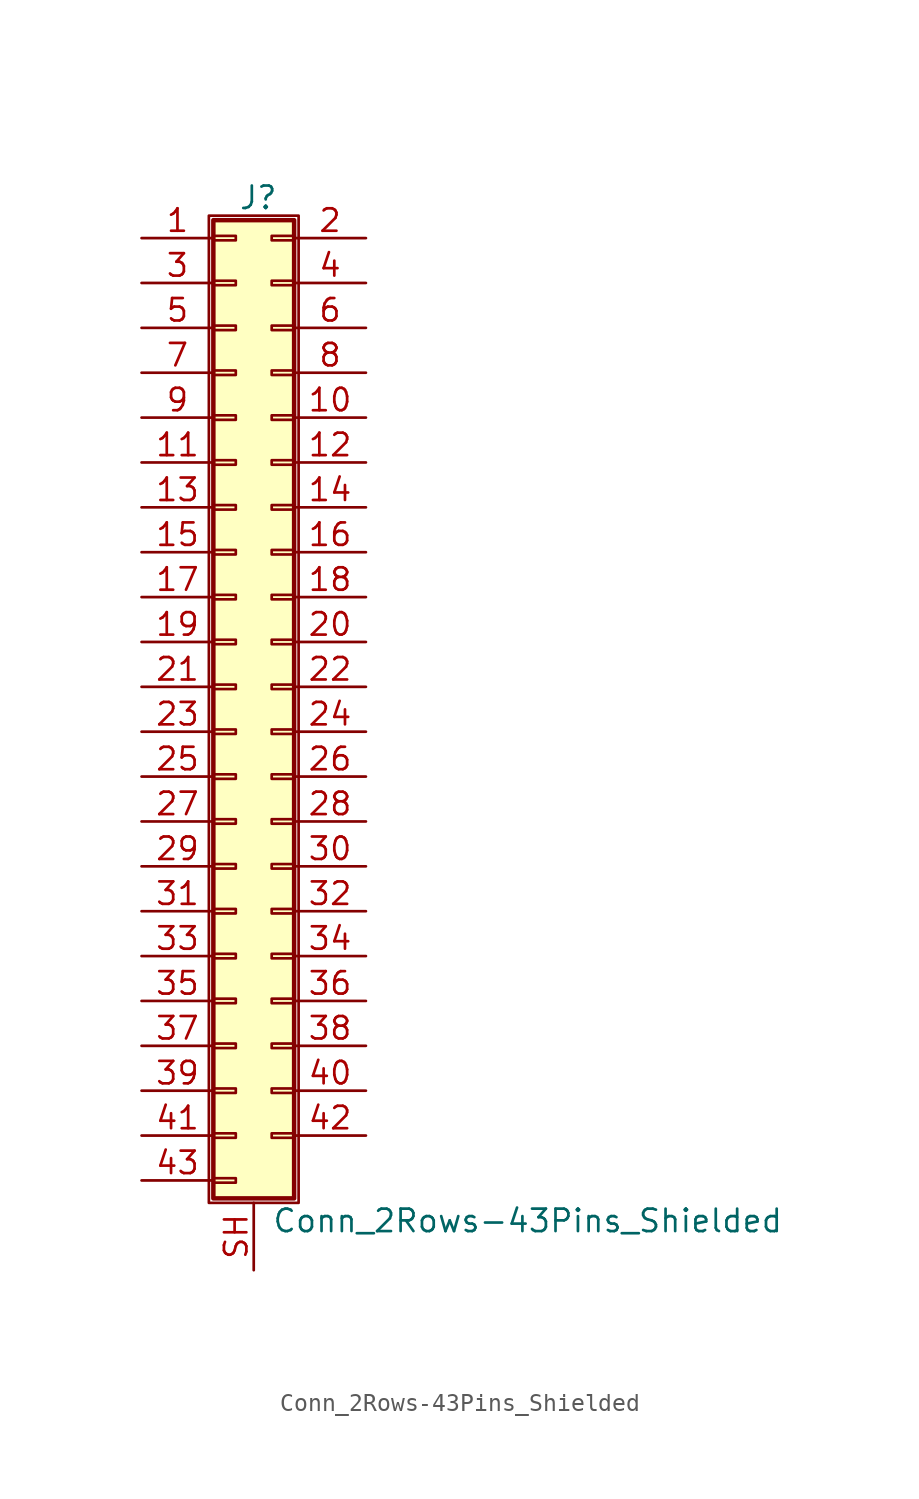
<source format=kicad_sym>
(kicad_symbol_lib
  (version 20211014)
  (generator kicad_symbol_editor)
  (symbol "Conn_2Rows-43Pins_Shielded"
    (pin_names
      (offset 1.016) hide)
    (property "Reference" "J"
      (at 1.524 27.686 0)
      (effects (font (size 1.27 1.27))))
    (property "Value" "Conn_2Rows-43Pins_Shielded"
      (at 2.286 -30.226 0)
      (effects (font (size 1.27 1.27)) (justify left)))
    (symbol "Conn_2Rows-43Pins_Shielded_1_1"
      (rectangle (start -1.27 26.67) (end 3.81 -29.21) (stroke (width 0.152) (type default) (color 0 0 0 0)) (fill (type none)))
      (rectangle (start -1.016 -27.813) (end 0.254 -28.067) (stroke (width 0.152) (type default) (color 0 0 0 0)) (fill (type none)))
      (rectangle (start -1.016 -25.273) (end 0.254 -25.527) (stroke (width 0.152) (type default) (color 0 0 0 0)) (fill (type none)))
      (rectangle (start -1.016 -22.733) (end 0.254 -22.987) (stroke (width 0.152) (type default) (color 0 0 0 0)) (fill (type none)))
      (rectangle (start -1.016 -20.193) (end 0.254 -20.447) (stroke (width 0.152) (type default) (color 0 0 0 0)) (fill (type none)))
      (rectangle (start -1.016 -17.653) (end 0.254 -17.907) (stroke (width 0.152) (type default) (color 0 0 0 0)) (fill (type none)))
      (rectangle (start -1.016 -15.113) (end 0.254 -15.367) (stroke (width 0.152) (type default) (color 0 0 0 0)) (fill (type none)))
      (rectangle (start -1.016 -12.573) (end 0.254 -12.827) (stroke (width 0.152) (type default) (color 0 0 0 0)) (fill (type none)))
      (rectangle (start -1.016 -10.033) (end 0.254 -10.287) (stroke (width 0.152) (type default) (color 0 0 0 0)) (fill (type none)))
      (rectangle (start -1.016 -7.493) (end 0.254 -7.747) (stroke (width 0.152) (type default) (color 0 0 0 0)) (fill (type none)))
      (rectangle (start -1.016 -4.953) (end 0.254 -5.207) (stroke (width 0.152) (type default) (color 0 0 0 0)) (fill (type none)))
      (rectangle (start -1.016 -2.413) (end 0.254 -2.667) (stroke (width 0.152) (type default) (color 0 0 0 0)) (fill (type none)))
      (rectangle (start -1.016 0.127) (end 0.254 -0.127) (stroke (width 0.152) (type default) (color 0 0 0 0)) (fill (type none)))
      (rectangle (start -1.016 2.667) (end 0.254 2.413) (stroke (width 0.152) (type default) (color 0 0 0 0)) (fill (type none)))
      (rectangle (start -1.016 5.207) (end 0.254 4.953) (stroke (width 0.152) (type default) (color 0 0 0 0)) (fill (type none)))
      (rectangle (start -1.016 7.747) (end 0.254 7.493) (stroke (width 0.152) (type default) (color 0 0 0 0)) (fill (type none)))
      (rectangle (start -1.016 10.287) (end 0.254 10.033) (stroke (width 0.152) (type default) (color 0 0 0 0)) (fill (type none)))
      (rectangle (start -1.016 12.827) (end 0.254 12.573) (stroke (width 0.152) (type default) (color 0 0 0 0)) (fill (type none)))
      (rectangle (start -1.016 15.367) (end 0.254 15.113) (stroke (width 0.152) (type default) (color 0 0 0 0)) (fill (type none)))
      (rectangle (start -1.016 17.907) (end 0.254 17.653) (stroke (width 0.152) (type default) (color 0 0 0 0)) (fill (type none)))
      (rectangle (start -1.016 20.447) (end 0.254 20.193) (stroke (width 0.152) (type default) (color 0 0 0 0)) (fill (type none)))
      (rectangle (start -1.016 22.987) (end 0.254 22.733) (stroke (width 0.152) (type default) (color 0 0 0 0)) (fill (type none)))
      (rectangle (start -1.016 25.527) (end 0.254 25.273) (stroke (width 0.152) (type default) (color 0 0 0 0)) (fill (type none)))
      (rectangle (start -1.016 26.416) (end 3.556 -28.956) (stroke (width 0.254) (type default) (color 0 0 0 0)) (fill (type background)))
      (rectangle (start 3.556 -25.273) (end 2.286 -25.527) (stroke (width 0.152) (type default) (color 0 0 0 0)) (fill (type none)))
      (rectangle (start 3.556 -22.733) (end 2.286 -22.987) (stroke (width 0.152) (type default) (color 0 0 0 0)) (fill (type none)))
      (rectangle (start 3.556 -20.193) (end 2.286 -20.447) (stroke (width 0.152) (type default) (color 0 0 0 0)) (fill (type none)))
      (rectangle (start 3.556 -17.653) (end 2.286 -17.907) (stroke (width 0.152) (type default) (color 0 0 0 0)) (fill (type none)))
      (rectangle (start 3.556 -15.113) (end 2.286 -15.367) (stroke (width 0.152) (type default) (color 0 0 0 0)) (fill (type none)))
      (rectangle (start 3.556 -12.573) (end 2.286 -12.827) (stroke (width 0.152) (type default) (color 0 0 0 0)) (fill (type none)))
      (rectangle (start 3.556 -10.033) (end 2.286 -10.287) (stroke (width 0.152) (type default) (color 0 0 0 0)) (fill (type none)))
      (rectangle (start 3.556 -7.493) (end 2.286 -7.747) (stroke (width 0.152) (type default) (color 0 0 0 0)) (fill (type none)))
      (rectangle (start 3.556 -4.953) (end 2.286 -5.207) (stroke (width 0.152) (type default) (color 0 0 0 0)) (fill (type none)))
      (rectangle (start 3.556 -2.413) (end 2.286 -2.667) (stroke (width 0.152) (type default) (color 0 0 0 0)) (fill (type none)))
      (rectangle (start 3.556 0.127) (end 2.286 -0.127) (stroke (width 0.152) (type default) (color 0 0 0 0)) (fill (type none)))
      (rectangle (start 3.556 2.667) (end 2.286 2.413) (stroke (width 0.152) (type default) (color 0 0 0 0)) (fill (type none)))
      (rectangle (start 3.556 5.207) (end 2.286 4.953) (stroke (width 0.152) (type default) (color 0 0 0 0)) (fill (type none)))
      (rectangle (start 3.556 7.747) (end 2.286 7.493) (stroke (width 0.152) (type default) (color 0 0 0 0)) (fill (type none)))
      (rectangle (start 3.556 10.287) (end 2.286 10.033) (stroke (width 0.152) (type default) (color 0 0 0 0)) (fill (type none)))
      (rectangle (start 3.556 12.827) (end 2.286 12.573) (stroke (width 0.152) (type default) (color 0 0 0 0)) (fill (type none)))
      (rectangle (start 3.556 15.367) (end 2.286 15.113) (stroke (width 0.152) (type default) (color 0 0 0 0)) (fill (type none)))
      (rectangle (start 3.556 17.907) (end 2.286 17.653) (stroke (width 0.152) (type default) (color 0 0 0 0)) (fill (type none)))
      (rectangle (start 3.556 20.447) (end 2.286 20.193) (stroke (width 0.152) (type default) (color 0 0 0 0)) (fill (type none)))
      (rectangle (start 3.556 22.987) (end 2.286 22.733) (stroke (width 0.152) (type default) (color 0 0 0 0)) (fill (type none)))
      (rectangle (start 3.556 25.527) (end 2.286 25.273) (stroke (width 0.152) (type default) (color 0 0 0 0)) (fill (type none)))
      (pin passive line (at -5.08 25.4 0) (length 4.064) (name "Pin_1" (effects (font (size 1.27 1.27)))) (number "1" (effects (font (size 1.27 1.27)))))
      (pin passive line (at 7.62 15.24 180) (length 4.064) (name "Pin_10" (effects (font (size 1.27 1.27)))) (number "10" (effects (font (size 1.27 1.27)))))
      (pin passive line (at -5.08 12.7 0) (length 4.064) (name "Pin_11" (effects (font (size 1.27 1.27)))) (number "11" (effects (font (size 1.27 1.27)))))
      (pin passive line (at 7.62 12.7 180) (length 4.064) (name "Pin_12" (effects (font (size 1.27 1.27)))) (number "12" (effects (font (size 1.27 1.27)))))
      (pin passive line (at -5.08 10.16 0) (length 4.064) (name "Pin_13" (effects (font (size 1.27 1.27)))) (number "13" (effects (font (size 1.27 1.27)))))
      (pin passive line (at 7.62 10.16 180) (length 4.064) (name "Pin_14" (effects (font (size 1.27 1.27)))) (number "14" (effects (font (size 1.27 1.27)))))
      (pin passive line (at -5.08 7.62 0) (length 4.064) (name "Pin_15" (effects (font (size 1.27 1.27)))) (number "15" (effects (font (size 1.27 1.27)))))
      (pin passive line (at 7.62 7.62 180) (length 4.064) (name "Pin_16" (effects (font (size 1.27 1.27)))) (number "16" (effects (font (size 1.27 1.27)))))
      (pin passive line (at -5.08 5.08 0) (length 4.064) (name "Pin_17" (effects (font (size 1.27 1.27)))) (number "17" (effects (font (size 1.27 1.27)))))
      (pin passive line (at 7.62 5.08 180) (length 4.064) (name "Pin_18" (effects (font (size 1.27 1.27)))) (number "18" (effects (font (size 1.27 1.27)))))
      (pin passive line (at -5.08 2.54 0) (length 4.064) (name "Pin_19" (effects (font (size 1.27 1.27)))) (number "19" (effects (font (size 1.27 1.27)))))
      (pin passive line (at 7.62 25.4 180) (length 4.064) (name "Pin_2" (effects (font (size 1.27 1.27)))) (number "2" (effects (font (size 1.27 1.27)))))
      (pin passive line (at 7.62 2.54 180) (length 4.064) (name "Pin_20" (effects (font (size 1.27 1.27)))) (number "20" (effects (font (size 1.27 1.27)))))
      (pin passive line (at -5.08 0 0) (length 4.064) (name "Pin_21" (effects (font (size 1.27 1.27)))) (number "21" (effects (font (size 1.27 1.27)))))
      (pin passive line (at 7.62 0 180) (length 4.064) (name "Pin_22" (effects (font (size 1.27 1.27)))) (number "22" (effects (font (size 1.27 1.27)))))
      (pin passive line (at -5.08 -2.54 0) (length 4.064) (name "Pin_23" (effects (font (size 1.27 1.27)))) (number "23" (effects (font (size 1.27 1.27)))))
      (pin passive line (at 7.62 -2.54 180) (length 4.064) (name "Pin_24" (effects (font (size 1.27 1.27)))) (number "24" (effects (font (size 1.27 1.27)))))
      (pin passive line (at -5.08 -5.08 0) (length 4.064) (name "Pin_25" (effects (font (size 1.27 1.27)))) (number "25" (effects (font (size 1.27 1.27)))))
      (pin passive line (at 7.62 -5.08 180) (length 4.064) (name "Pin_26" (effects (font (size 1.27 1.27)))) (number "26" (effects (font (size 1.27 1.27)))))
      (pin passive line (at -5.08 -7.62 0) (length 4.064) (name "Pin_27" (effects (font (size 1.27 1.27)))) (number "27" (effects (font (size 1.27 1.27)))))
      (pin passive line (at 7.62 -7.62 180) (length 4.064) (name "Pin_28" (effects (font (size 1.27 1.27)))) (number "28" (effects (font (size 1.27 1.27)))))
      (pin passive line (at -5.08 -10.16 0) (length 4.064) (name "Pin_29" (effects (font (size 1.27 1.27)))) (number "29" (effects (font (size 1.27 1.27)))))
      (pin passive line (at -5.08 22.86 0) (length 4.064) (name "Pin_3" (effects (font (size 1.27 1.27)))) (number "3" (effects (font (size 1.27 1.27)))))
      (pin passive line (at 7.62 -10.16 180) (length 4.064) (name "Pin_30" (effects (font (size 1.27 1.27)))) (number "30" (effects (font (size 1.27 1.27)))))
      (pin passive line (at -5.08 -12.7 0) (length 4.064) (name "Pin_31" (effects (font (size 1.27 1.27)))) (number "31" (effects (font (size 1.27 1.27)))))
      (pin passive line (at 7.62 -12.7 180) (length 4.064) (name "Pin_32" (effects (font (size 1.27 1.27)))) (number "32" (effects (font (size 1.27 1.27)))))
      (pin passive line (at -5.08 -15.24 0) (length 4.064) (name "Pin_33" (effects (font (size 1.27 1.27)))) (number "33" (effects (font (size 1.27 1.27)))))
      (pin passive line (at 7.62 -15.24 180) (length 4.064) (name "Pin_34" (effects (font (size 1.27 1.27)))) (number "34" (effects (font (size 1.27 1.27)))))
      (pin passive line (at -5.08 -17.78 0) (length 4.064) (name "Pin_35" (effects (font (size 1.27 1.27)))) (number "35" (effects (font (size 1.27 1.27)))))
      (pin passive line (at 7.62 -17.78 180) (length 4.064) (name "Pin_36" (effects (font (size 1.27 1.27)))) (number "36" (effects (font (size 1.27 1.27)))))
      (pin passive line (at -5.08 -20.32 0) (length 4.064) (name "Pin_37" (effects (font (size 1.27 1.27)))) (number "37" (effects (font (size 1.27 1.27)))))
      (pin passive line (at 7.62 -20.32 180) (length 4.064) (name "Pin_38" (effects (font (size 1.27 1.27)))) (number "38" (effects (font (size 1.27 1.27)))))
      (pin passive line (at -5.08 -22.86 0) (length 4.064) (name "Pin_39" (effects (font (size 1.27 1.27)))) (number "39" (effects (font (size 1.27 1.27)))))
      (pin passive line (at 7.62 22.86 180) (length 4.064) (name "Pin_4" (effects (font (size 1.27 1.27)))) (number "4" (effects (font (size 1.27 1.27)))))
      (pin passive line (at 7.62 -22.86 180) (length 4.064) (name "Pin_40" (effects (font (size 1.27 1.27)))) (number "40" (effects (font (size 1.27 1.27)))))
      (pin passive line (at -5.08 -25.4 0) (length 4.064) (name "Pin_41" (effects (font (size 1.27 1.27)))) (number "41" (effects (font (size 1.27 1.27)))))
      (pin passive line (at 7.62 -25.4 180) (length 4.064) (name "Pin_42" (effects (font (size 1.27 1.27)))) (number "42" (effects (font (size 1.27 1.27)))))
      (pin passive line (at -5.08 -27.94 0) (length 4.064) (name "Pin_43" (effects (font (size 1.27 1.27)))) (number "43" (effects (font (size 1.27 1.27)))))
      (pin passive line (at -5.08 20.32 0) (length 4.064) (name "Pin_5" (effects (font (size 1.27 1.27)))) (number "5" (effects (font (size 1.27 1.27)))))
      (pin passive line (at 7.62 20.32 180) (length 4.064) (name "Pin_6" (effects (font (size 1.27 1.27)))) (number "6" (effects (font (size 1.27 1.27)))))
      (pin passive line (at -5.08 17.78 0) (length 4.064) (name "Pin_7" (effects (font (size 1.27 1.27)))) (number "7" (effects (font (size 1.27 1.27)))))
      (pin passive line (at 7.62 17.78 180) (length 4.064) (name "Pin_8" (effects (font (size 1.27 1.27)))) (number "8" (effects (font (size 1.27 1.27)))))
      (pin passive line (at -5.08 15.24 0) (length 4.064) (name "Pin_9" (effects (font (size 1.27 1.27)))) (number "9" (effects (font (size 1.27 1.27)))))
      (pin passive line (at 1.27 -33.02 90) (length 3.81) (name "Shield" (effects (font (size 1.27 1.27)))) (number "SH" (effects (font (size 1.27 1.27))))))))
</source>
